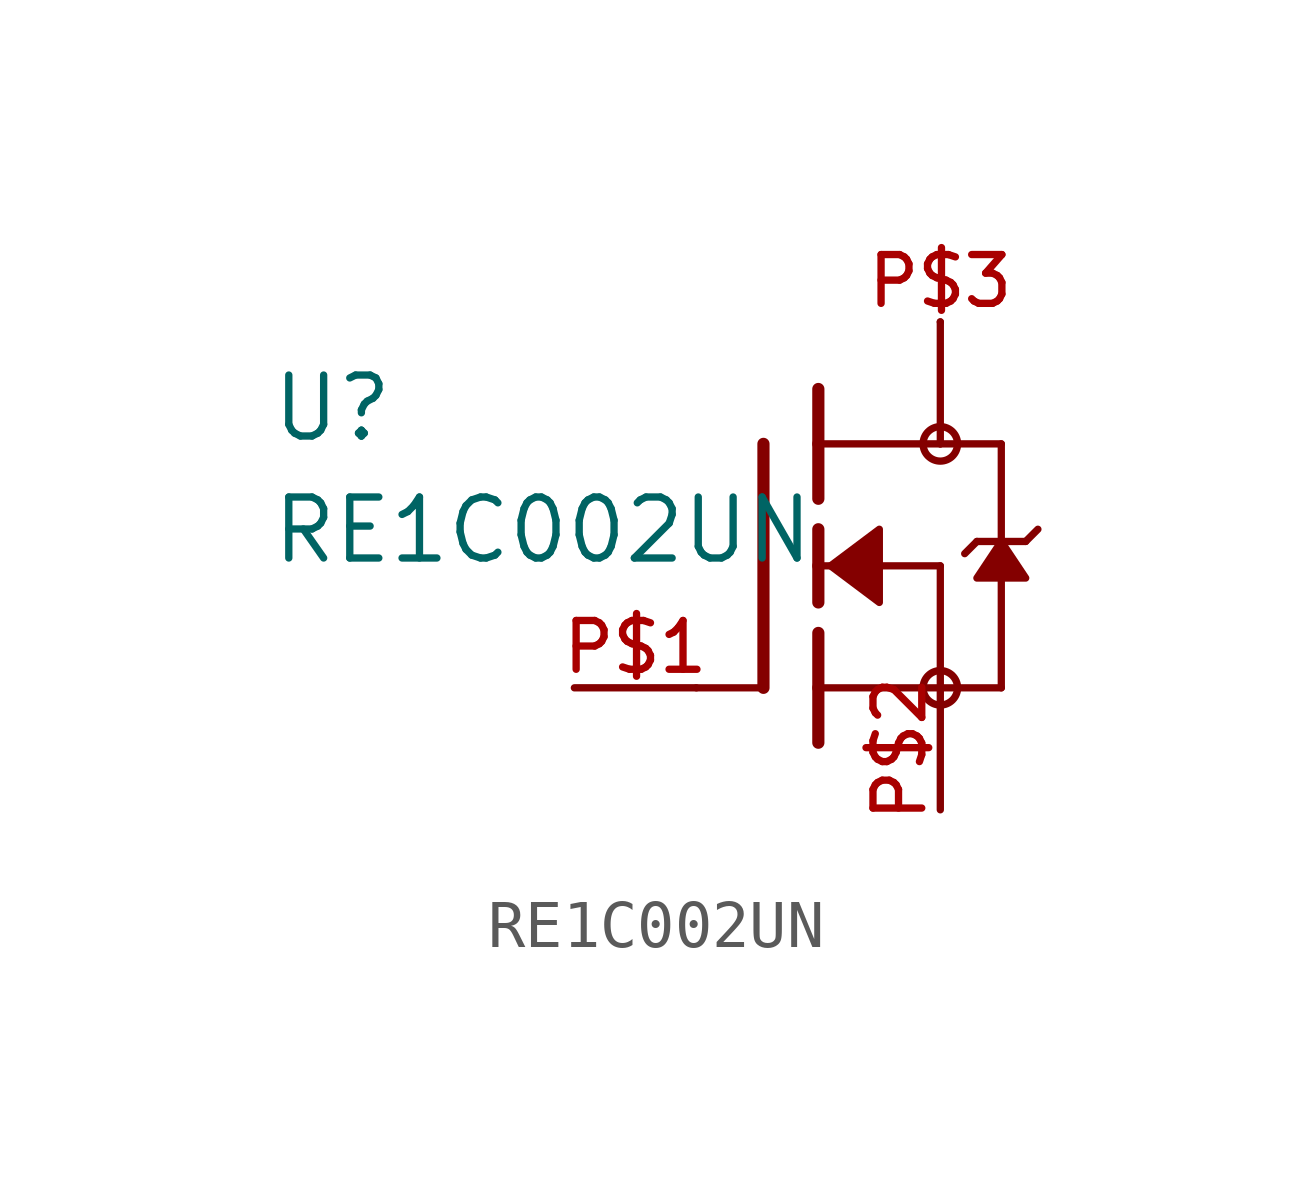
<source format=kicad_sym>
(kicad_symbol_lib
  (version 20211014)
  (generator kicad_symbol_editor)
  (symbol "RE1C002UN"
    (pin_names
      (offset 1.016))
    (property "Reference" "U"
      (at -11.43 2.54 0)
      (effects (font (size 1.27 1.27)) (justify bottom left)))
    (property "Value" "RE1C002UN"
      (at -11.43 0.0 0)
      (effects (font (size 1.27 1.27)) (justify bottom left)))
    (symbol "RE1C002UN_0_0"
      (circle (center 2.54 -2.54) (radius 0.359) (stroke (width 0.0)) (fill (type none)))
      (circle (center 2.54 2.54) (radius 0.359) (stroke (width 0.0)) (fill (type none)))
      (polyline (pts (xy -2.54 -2.54) (xy -1.219 -2.54)) (stroke (width 0.152)))
      (polyline (pts (xy 0.0 0.762) (xy 0.0 0.0)) (stroke (width 0.254)))
      (polyline (pts (xy 0.0 0.0) (xy 0.0 -0.762)) (stroke (width 0.254)))
      (polyline (pts (xy 0.0 3.683) (xy 0.0 2.54)) (stroke (width 0.254)))
      (polyline (pts (xy 0.0 2.54) (xy 0.0 1.397)) (stroke (width 0.254)))
      (polyline (pts (xy 0.0 0.0) (xy 2.54 0.0)) (stroke (width 0.152)))
      (polyline (pts (xy 2.54 0.0) (xy 2.54 -2.54)) (stroke (width 0.152)))
      (polyline (pts (xy 0.0 -1.397) (xy 0.0 -2.54)) (stroke (width 0.254)))
      (polyline (pts (xy 0.0 -2.54) (xy 0.0 -3.683)) (stroke (width 0.254)))
      (polyline (pts (xy -1.143 2.54) (xy -1.143 -2.54)) (stroke (width 0.254)))
      (polyline (pts (xy 0.0 2.54) (xy 2.54 2.54)) (stroke (width 0.152)))
      (polyline (pts (xy 2.54 2.54) (xy 2.54 5.08)) (stroke (width 0.152)))
      (polyline (pts (xy 2.54 -2.54) (xy 0.0 -2.54)) (stroke (width 0.152)))
      (polyline (pts (xy 3.81 2.54) (xy 3.81 0.508)) (stroke (width 0.152)))
      (polyline (pts (xy 3.81 0.508) (xy 3.81 -2.54)) (stroke (width 0.152)))
      (polyline (pts (xy 2.54 -2.54) (xy 3.81 -2.54)) (stroke (width 0.152)))
      (polyline (pts (xy 2.54 2.54) (xy 3.81 2.54)) (stroke (width 0.152)))
      (polyline (pts (xy 4.572 0.762) (xy 4.318 0.508)) (stroke (width 0.152)))
      (polyline (pts (xy 4.318 0.508) (xy 3.81 0.508)) (stroke (width 0.152)))
      (polyline (pts (xy 3.81 0.508) (xy 3.302 0.508)) (stroke (width 0.152)))
      (polyline (pts (xy 3.302 0.508) (xy 3.048 0.254)) (stroke (width 0.152)))
      (polyline (pts (xy 3.81 0.508) (xy 3.302 -0.254) (xy 4.318 -0.254) (xy 3.81 0.508)) (stroke (width 0.152)) (fill (type outline)))
      (polyline (pts (xy 0.254 0.0) (xy 1.27 0.762) (xy 1.27 -0.762) (xy 0.254 0.0)) (stroke (width 0.152)) (fill (type outline)))
      (pin passive line (at 2.54 5.08 180.0) (length 0) (name "~" (effects (font (size 1.016 1.016)))) (number "P$3" (effects (font (size 1.016 1.016)))))
      (pin passive line (at -5.08 -2.54 0) (length 2.54) (name "~" (effects (font (size 1.016 1.016)))) (number "P$1" (effects (font (size 1.016 1.016)))))
      (pin passive line (at 2.54 -5.08 90.0) (length 2.54) (name "~" (effects (font (size 1.016 1.016)))) (number "P$2" (effects (font (size 1.016 1.016))))))))
</source>
